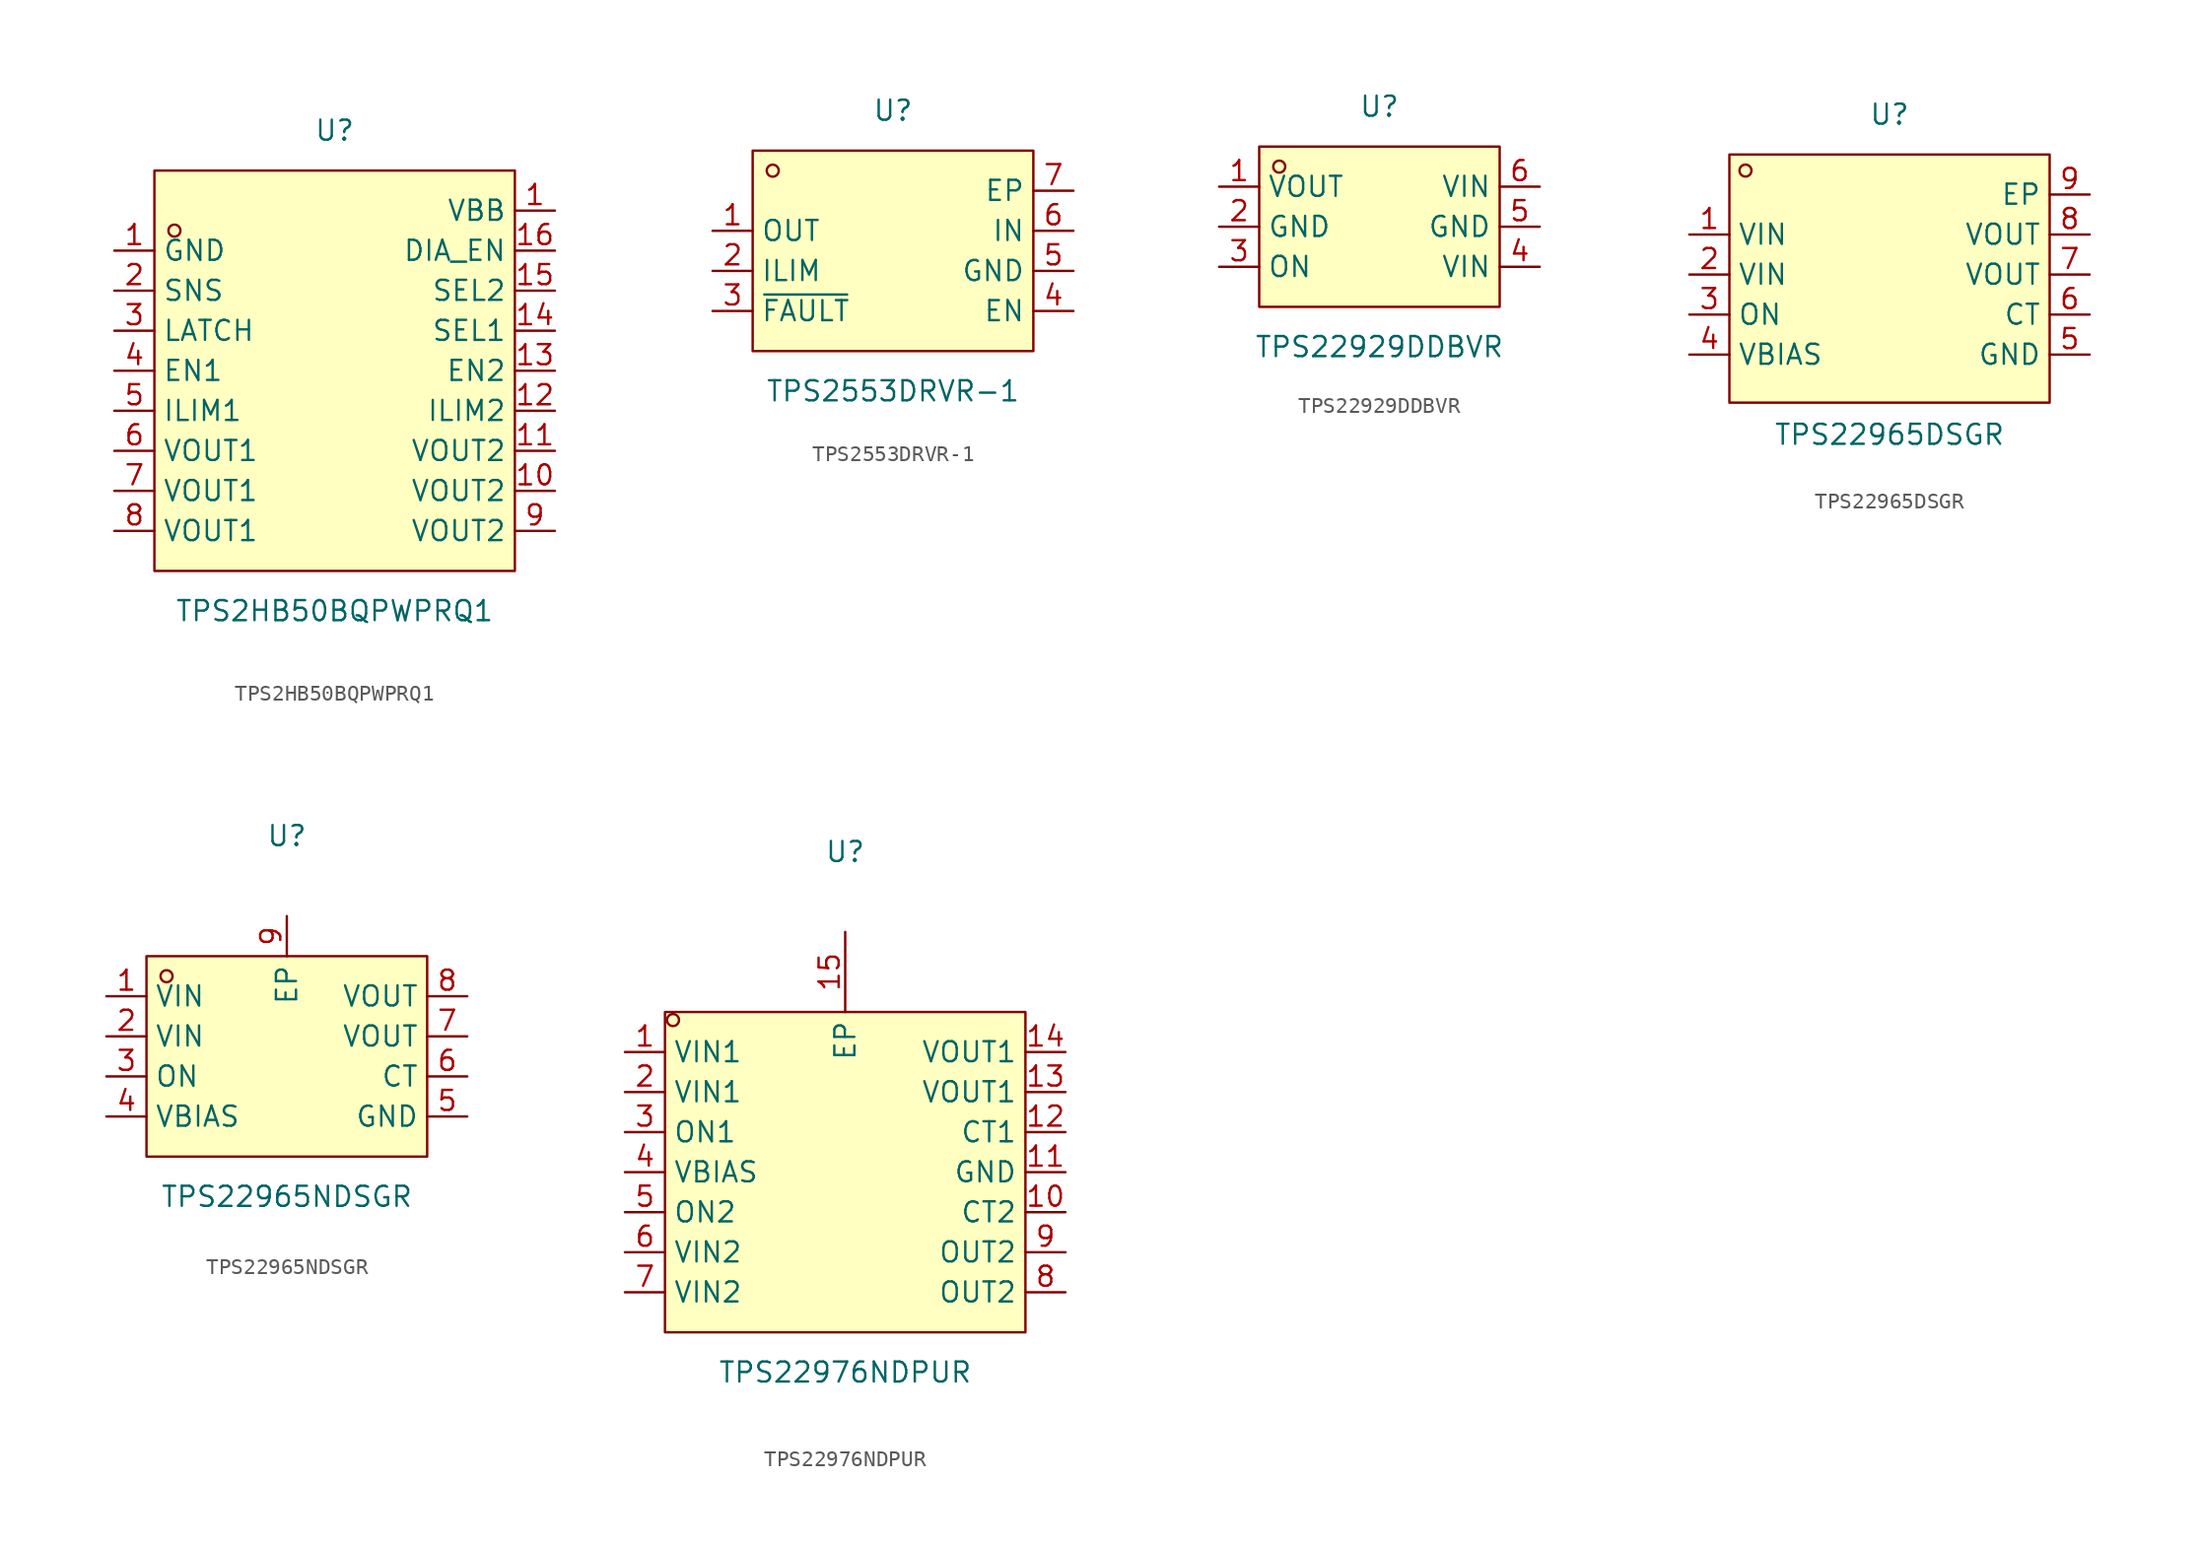
<source format=kicad_sym>
(kicad_symbol_lib
  (version 20231120)
  (generator "kicad_symbol_editor")
  (generator_version "8.0")
  (symbol "TPS2HB50BQPWPRQ1"
    (property "Reference" "U"
      (at 0 15.24 0)
      (effects (font (size 1.27 1.27))))
    (property "Value" "TPS2HB50BQPWPRQ1"
      (at 0 -15.24 0)
      (effects (font (size 1.27 1.27))))
    (symbol "TPS2HB50BQPWPRQ1_0_1"
      (rectangle (start -11.43 12.7) (end 11.43 -12.7) (stroke (width 0) (type default)) (fill (type background)))
      (circle (center -10.16 8.89) (radius 0.38) (stroke (width 0) (type default)) (fill (type none)))
      (pin unspecified line (at -13.97 7.62 0) (length 2.54) (name "GND" (effects (font (size 1.27 1.27)))) (number "1" (effects (font (size 1.27 1.27)))))
      (pin unspecified line (at 13.97 10.16 180) (length 2.54) (name "VBB" (effects (font (size 1.27 1.27)))) (number "1" (effects (font (size 1.27 1.27)))))
      (pin unspecified line (at 13.97 -7.62 180) (length 2.54) (name "VOUT2" (effects (font (size 1.27 1.27)))) (number "10" (effects (font (size 1.27 1.27)))))
      (pin unspecified line (at 13.97 -5.08 180) (length 2.54) (name "VOUT2" (effects (font (size 1.27 1.27)))) (number "11" (effects (font (size 1.27 1.27)))))
      (pin unspecified line (at 13.97 -2.54 180) (length 2.54) (name "ILIM2" (effects (font (size 1.27 1.27)))) (number "12" (effects (font (size 1.27 1.27)))))
      (pin unspecified line (at 13.97 0 180) (length 2.54) (name "EN2" (effects (font (size 1.27 1.27)))) (number "13" (effects (font (size 1.27 1.27)))))
      (pin unspecified line (at 13.97 2.54 180) (length 2.54) (name "SEL1" (effects (font (size 1.27 1.27)))) (number "14" (effects (font (size 1.27 1.27)))))
      (pin unspecified line (at 13.97 5.08 180) (length 2.54) (name "SEL2" (effects (font (size 1.27 1.27)))) (number "15" (effects (font (size 1.27 1.27)))))
      (pin unspecified line (at 13.97 7.62 180) (length 2.54) (name "DIA_EN" (effects (font (size 1.27 1.27)))) (number "16" (effects (font (size 1.27 1.27)))))
      (pin unspecified line (at -13.97 5.08 0) (length 2.54) (name "SNS" (effects (font (size 1.27 1.27)))) (number "2" (effects (font (size 1.27 1.27)))))
      (pin unspecified line (at -13.97 2.54 0) (length 2.54) (name "LATCH" (effects (font (size 1.27 1.27)))) (number "3" (effects (font (size 1.27 1.27)))))
      (pin unspecified line (at -13.97 0 0) (length 2.54) (name "EN1" (effects (font (size 1.27 1.27)))) (number "4" (effects (font (size 1.27 1.27)))))
      (pin unspecified line (at -13.97 -2.54 0) (length 2.54) (name "ILIM1" (effects (font (size 1.27 1.27)))) (number "5" (effects (font (size 1.27 1.27)))))
      (pin unspecified line (at -13.97 -5.08 0) (length 2.54) (name "VOUT1" (effects (font (size 1.27 1.27)))) (number "6" (effects (font (size 1.27 1.27)))))
      (pin unspecified line (at -13.97 -7.62 0) (length 2.54) (name "VOUT1" (effects (font (size 1.27 1.27)))) (number "7" (effects (font (size 1.27 1.27)))))
      (pin unspecified line (at -13.97 -10.16 0) (length 2.54) (name "VOUT1" (effects (font (size 1.27 1.27)))) (number "8" (effects (font (size 1.27 1.27)))))
      (pin unspecified line (at 13.97 -10.16 180) (length 2.54) (name "VOUT2" (effects (font (size 1.27 1.27)))) (number "9" (effects (font (size 1.27 1.27)))))))
  (symbol "TPS2553DRVR-1"
    (property "Reference" "U"
      (at 0 8.89 0)
      (effects (font (size 1.27 1.27))))
    (property "Value" "TPS2553DRVR-1"
      (at 0 -8.89 0)
      (effects (font (size 1.27 1.27))))
    (symbol "TPS2553DRVR-1_0_1"
      (rectangle (start -8.89 6.35) (end 8.89 -6.35) (stroke (width 0) (type default)) (fill (type background)))
      (circle (center -7.62 5.08) (radius 0.38) (stroke (width 0) (type default)) (fill (type none)))
      (pin unspecified line (at -11.43 1.27 0) (length 2.54) (name "OUT" (effects (font (size 1.27 1.27)))) (number "1" (effects (font (size 1.27 1.27)))))
      (pin unspecified line (at -11.43 -1.27 0) (length 2.54) (name "ILIM" (effects (font (size 1.27 1.27)))) (number "2" (effects (font (size 1.27 1.27)))))
      (pin unspecified line (at -11.43 -3.81 0) (length 2.54) (name "~{FAULT}" (effects (font (size 1.27 1.27)))) (number "3" (effects (font (size 1.27 1.27)))))
      (pin unspecified line (at 11.43 -3.81 180) (length 2.54) (name "EN" (effects (font (size 1.27 1.27)))) (number "4" (effects (font (size 1.27 1.27)))))
      (pin unspecified line (at 11.43 -1.27 180) (length 2.54) (name "GND" (effects (font (size 1.27 1.27)))) (number "5" (effects (font (size 1.27 1.27)))))
      (pin unspecified line (at 11.43 1.27 180) (length 2.54) (name "IN" (effects (font (size 1.27 1.27)))) (number "6" (effects (font (size 1.27 1.27)))))
      (pin unspecified line (at 11.43 3.81 180) (length 2.54) (name "EP" (effects (font (size 1.27 1.27)))) (number "7" (effects (font (size 1.27 1.27)))))))
  (symbol "TPS22929DDBVR"
    (property "Reference" "U"
      (at 0 7.62 0)
      (effects (font (size 1.27 1.27))))
    (property "Value" "TPS22929DDBVR"
      (at 0 -7.62 0)
      (effects (font (size 1.27 1.27))))
    (symbol "TPS22929DDBVR_0_1"
      (rectangle (start -7.62 5.08) (end 7.62 -5.08) (stroke (width 0) (type default)) (fill (type background)))
      (circle (center -6.35 3.81) (radius 0.38) (stroke (width 0) (type default)) (fill (type none)))
      (pin unspecified line (at -10.16 2.54 0) (length 2.54) (name "VOUT" (effects (font (size 1.27 1.27)))) (number "1" (effects (font (size 1.27 1.27)))))
      (pin unspecified line (at -10.16 0 0) (length 2.54) (name "GND" (effects (font (size 1.27 1.27)))) (number "2" (effects (font (size 1.27 1.27)))))
      (pin unspecified line (at -10.16 -2.54 0) (length 2.54) (name "ON" (effects (font (size 1.27 1.27)))) (number "3" (effects (font (size 1.27 1.27)))))
      (pin unspecified line (at 10.16 -2.54 180) (length 2.54) (name "VIN" (effects (font (size 1.27 1.27)))) (number "4" (effects (font (size 1.27 1.27)))))
      (pin unspecified line (at 10.16 0 180) (length 2.54) (name "GND" (effects (font (size 1.27 1.27)))) (number "5" (effects (font (size 1.27 1.27)))))
      (pin unspecified line (at 10.16 2.54 180) (length 2.54) (name "VIN" (effects (font (size 1.27 1.27)))) (number "6" (effects (font (size 1.27 1.27)))))))
  (symbol "TPS22965DSGR"
    (property "Reference" "U"
      (at 0 10.16 0)
      (effects (font (size 1.27 1.27))))
    (property "Value" "TPS22965DSGR"
      (at 0 -10.16 0)
      (effects (font (size 1.27 1.27))))
    (symbol "TPS22965DSGR_0_1"
      (rectangle (start -10.16 7.62) (end 10.16 -8.13) (stroke (width 0) (type default)) (fill (type background)))
      (circle (center -9.14 6.6) (radius 0.38) (stroke (width 0) (type default)) (fill (type none)))
      (pin unspecified line (at -12.7 2.54 0) (length 2.54) (name "VIN" (effects (font (size 1.27 1.27)))) (number "1" (effects (font (size 1.27 1.27)))))
      (pin unspecified line (at -12.7 0 0) (length 2.54) (name "VIN" (effects (font (size 1.27 1.27)))) (number "2" (effects (font (size 1.27 1.27)))))
      (pin unspecified line (at -12.7 -2.54 0) (length 2.54) (name "ON" (effects (font (size 1.27 1.27)))) (number "3" (effects (font (size 1.27 1.27)))))
      (pin unspecified line (at -12.7 -5.08 0) (length 2.54) (name "VBIAS" (effects (font (size 1.27 1.27)))) (number "4" (effects (font (size 1.27 1.27)))))
      (pin unspecified line (at 12.7 -5.08 180) (length 2.54) (name "GND" (effects (font (size 1.27 1.27)))) (number "5" (effects (font (size 1.27 1.27)))))
      (pin unspecified line (at 12.7 -2.54 180) (length 2.54) (name "CT" (effects (font (size 1.27 1.27)))) (number "6" (effects (font (size 1.27 1.27)))))
      (pin unspecified line (at 12.7 0 180) (length 2.54) (name "VOUT" (effects (font (size 1.27 1.27)))) (number "7" (effects (font (size 1.27 1.27)))))
      (pin unspecified line (at 12.7 2.54 180) (length 2.54) (name "VOUT" (effects (font (size 1.27 1.27)))) (number "8" (effects (font (size 1.27 1.27)))))
      (pin unspecified line (at 12.7 5.08 180) (length 2.54) (name "EP" (effects (font (size 1.27 1.27)))) (number "9" (effects (font (size 1.27 1.27)))))))
  (symbol "TPS22965NDSGR"
    (property "Reference" "U"
      (at 0 13.97 0)
      (effects (font (size 1.27 1.27))))
    (property "Value" "TPS22965NDSGR"
      (at 0 -8.89 0)
      (effects (font (size 1.27 1.27))))
    (symbol "TPS22965NDSGR_0_1"
      (rectangle (start -8.89 6.35) (end 8.89 -6.35) (stroke (width 0) (type default)) (fill (type background)))
      (circle (center -7.62 5.08) (radius 0.38) (stroke (width 0) (type default)) (fill (type none)))
      (pin unspecified line (at -11.43 3.81 0) (length 2.54) (name "VIN" (effects (font (size 1.27 1.27)))) (number "1" (effects (font (size 1.27 1.27)))))
      (pin unspecified line (at -11.43 1.27 0) (length 2.54) (name "VIN" (effects (font (size 1.27 1.27)))) (number "2" (effects (font (size 1.27 1.27)))))
      (pin unspecified line (at -11.43 -1.27 0) (length 2.54) (name "ON" (effects (font (size 1.27 1.27)))) (number "3" (effects (font (size 1.27 1.27)))))
      (pin unspecified line (at -11.43 -3.81 0) (length 2.54) (name "VBIAS" (effects (font (size 1.27 1.27)))) (number "4" (effects (font (size 1.27 1.27)))))
      (pin unspecified line (at 11.43 -3.81 180) (length 2.54) (name "GND" (effects (font (size 1.27 1.27)))) (number "5" (effects (font (size 1.27 1.27)))))
      (pin unspecified line (at 11.43 -1.27 180) (length 2.54) (name "CT" (effects (font (size 1.27 1.27)))) (number "6" (effects (font (size 1.27 1.27)))))
      (pin unspecified line (at 11.43 1.27 180) (length 2.54) (name "VOUT" (effects (font (size 1.27 1.27)))) (number "7" (effects (font (size 1.27 1.27)))))
      (pin unspecified line (at 11.43 3.81 180) (length 2.54) (name "VOUT" (effects (font (size 1.27 1.27)))) (number "8" (effects (font (size 1.27 1.27)))))
      (pin unspecified line (at 0 8.89 270) (length 2.54) (name "EP" (effects (font (size 1.27 1.27)))) (number "9" (effects (font (size 1.27 1.27)))))))
  (symbol "TPS22976NDPUR"
    (property "Reference" "U"
      (at 0 20.32 0)
      (effects (font (size 1.27 1.27))))
    (property "Value" "TPS22976NDPUR"
      (at 0 -12.7 0)
      (effects (font (size 1.27 1.27))))
    (symbol "TPS22976NDPUR_0_1"
      (rectangle (start -11.43 10.16) (end 11.43 -10.16) (stroke (width 0) (type default)) (fill (type background)))
      (circle (center -10.92 9.65) (radius 0.38) (stroke (width 0) (type default)) (fill (type none)))
      (pin unspecified line (at -13.97 7.62 0) (length 2.54) (name "VIN1" (effects (font (size 1.27 1.27)))) (number "1" (effects (font (size 1.27 1.27)))))
      (pin unspecified line (at 13.97 -2.54 180) (length 2.54) (name "CT2" (effects (font (size 1.27 1.27)))) (number "10" (effects (font (size 1.27 1.27)))))
      (pin unspecified line (at 13.97 0 180) (length 2.54) (name "GND" (effects (font (size 1.27 1.27)))) (number "11" (effects (font (size 1.27 1.27)))))
      (pin unspecified line (at 13.97 2.54 180) (length 2.54) (name "CT1" (effects (font (size 1.27 1.27)))) (number "12" (effects (font (size 1.27 1.27)))))
      (pin unspecified line (at 13.97 5.08 180) (length 2.54) (name "VOUT1" (effects (font (size 1.27 1.27)))) (number "13" (effects (font (size 1.27 1.27)))))
      (pin unspecified line (at 13.97 7.62 180) (length 2.54) (name "VOUT1" (effects (font (size 1.27 1.27)))) (number "14" (effects (font (size 1.27 1.27)))))
      (pin unspecified line (at 0 15.24 270) (length 5.08) (name "EP" (effects (font (size 1.27 1.27)))) (number "15" (effects (font (size 1.27 1.27)))))
      (pin unspecified line (at -13.97 5.08 0) (length 2.54) (name "VIN1" (effects (font (size 1.27 1.27)))) (number "2" (effects (font (size 1.27 1.27)))))
      (pin unspecified line (at -13.97 2.54 0) (length 2.54) (name "ON1" (effects (font (size 1.27 1.27)))) (number "3" (effects (font (size 1.27 1.27)))))
      (pin unspecified line (at -13.97 0 0) (length 2.54) (name "VBIAS" (effects (font (size 1.27 1.27)))) (number "4" (effects (font (size 1.27 1.27)))))
      (pin unspecified line (at -13.97 -2.54 0) (length 2.54) (name "ON2" (effects (font (size 1.27 1.27)))) (number "5" (effects (font (size 1.27 1.27)))))
      (pin unspecified line (at -13.97 -5.08 0) (length 2.54) (name "VIN2" (effects (font (size 1.27 1.27)))) (number "6" (effects (font (size 1.27 1.27)))))
      (pin unspecified line (at -13.97 -7.62 0) (length 2.54) (name "VIN2" (effects (font (size 1.27 1.27)))) (number "7" (effects (font (size 1.27 1.27)))))
      (pin unspecified line (at 13.97 -7.62 180) (length 2.54) (name "OUT2" (effects (font (size 1.27 1.27)))) (number "8" (effects (font (size 1.27 1.27)))))
      (pin unspecified line (at 13.97 -5.08 180) (length 2.54) (name "OUT2" (effects (font (size 1.27 1.27)))) (number "9" (effects (font (size 1.27 1.27))))))))
</source>
